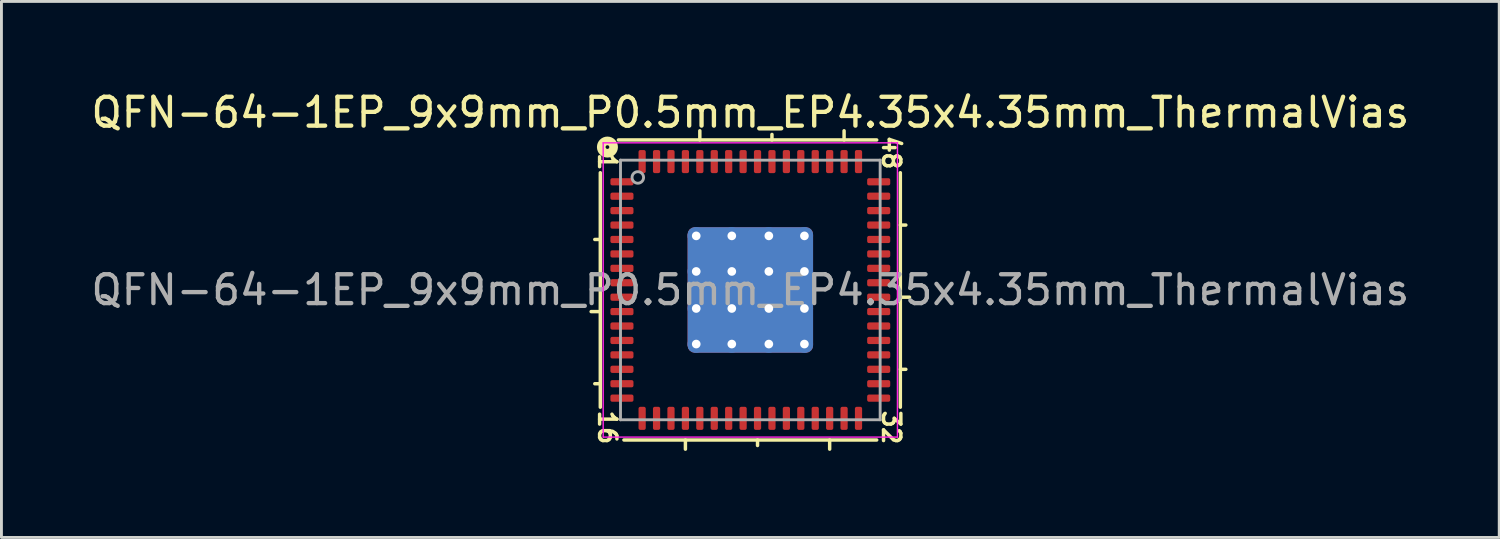
<source format=kicad_pcb>
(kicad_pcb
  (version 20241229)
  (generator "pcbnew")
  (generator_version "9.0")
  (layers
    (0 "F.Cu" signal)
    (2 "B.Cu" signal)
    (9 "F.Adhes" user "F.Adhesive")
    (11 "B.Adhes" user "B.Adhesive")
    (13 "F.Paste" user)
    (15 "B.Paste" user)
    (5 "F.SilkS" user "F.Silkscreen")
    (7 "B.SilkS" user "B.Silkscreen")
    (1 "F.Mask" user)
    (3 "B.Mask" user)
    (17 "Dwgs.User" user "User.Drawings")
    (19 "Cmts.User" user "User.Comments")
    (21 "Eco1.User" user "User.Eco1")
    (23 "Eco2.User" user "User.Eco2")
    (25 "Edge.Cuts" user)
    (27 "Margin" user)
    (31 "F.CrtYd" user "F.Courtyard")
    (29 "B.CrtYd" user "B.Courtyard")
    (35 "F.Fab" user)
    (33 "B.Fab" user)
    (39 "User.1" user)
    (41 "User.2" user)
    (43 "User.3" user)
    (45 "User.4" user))
  (footprint "QFN-64-1EP_9x9mm_P0.5mm_EP4.35x4.35mm_ThermalVias"
    (layer "F.Cu")
    (at 22.958 7.001)
    (property "Reference" "QFN-64-1EP_9x9mm_P0.5mm_EP4.35x4.35mm_ThermalVias" (at 0 -6.152 0) (layer "F.SilkS") (effects (font (size 1 1) (thickness 0.15))))
    (attr smd)
    (fp_line (start -5.2 -4.064) (end -5.2 4.064) (stroke (width 0.12) (type solid)) (layer "F.SilkS"))
    (fp_line (start -5.2 -1.75) (end -5.391 -1.75) (stroke (width 0.12) (type solid)) (layer "F.SilkS"))
    (fp_line (start -5.2 0.75) (end -5.518 0.75) (stroke (width 0.12) (type solid)) (layer "F.SilkS"))
    (fp_line (start -5.2 3.25) (end -5.391 3.25) (stroke (width 0.12) (type solid)) (layer "F.SilkS"))
    (fp_line (start -4.381 5.2) (end 4.381 5.2) (stroke (width 0.12) (type solid)) (layer "F.SilkS"))
    (fp_line (start -2.25 5.2) (end -2.25 5.518) (stroke (width 0.12) (type solid)) (layer "F.SilkS"))
    (fp_line (start -1.75 -5.2) (end -1.75 -5.518) (stroke (width 0.12) (type solid)) (layer "F.SilkS"))
    (fp_line (start 0.25 5.2) (end 0.25 5.391) (stroke (width 0.12) (type solid)) (layer "F.SilkS"))
    (fp_line (start 0.75 -5.2) (end 0.75 -5.391) (stroke (width 0.12) (type solid)) (layer "F.SilkS"))
    (fp_line (start 2.75 5.2) (end 2.75 5.518) (stroke (width 0.12) (type solid)) (layer "F.SilkS"))
    (fp_line (start 3.25 -5.2) (end 3.25 -5.518) (stroke (width 0.12) (type solid)) (layer "F.SilkS"))
    (fp_line (start 4.381 -5.2) (end -4.572 -5.2) (stroke (width 0.12) (type solid)) (layer "F.SilkS"))
    (fp_line (start 5.2 -2.25) (end 5.391 -2.25) (stroke (width 0.12) (type solid)) (layer "F.SilkS"))
    (fp_line (start 5.2 0.25) (end 5.518 0.25) (stroke (width 0.12) (type solid)) (layer "F.SilkS"))
    (fp_line (start 5.2 2.75) (end 5.391 2.75) (stroke (width 0.12) (type solid)) (layer "F.SilkS"))
    (fp_line (start 5.2 4.064) (end 5.2 -4.064) (stroke (width 0.12) (type solid)) (layer "F.SilkS"))
    (fp_circle (center -4.953 -4.953) (end -4.889 -4.953) (stroke (width 0.3) (type solid)) (fill no) (layer "F.SilkS"))
    (fp_line (start -5.1 -5.1) (end -5.1 5.1) (stroke (width 0.05) (type solid)) (layer "F.CrtYd"))
    (fp_line (start -5.1 5.1) (end 5.1 5.1) (stroke (width 0.05) (type solid)) (layer "F.CrtYd"))
    (fp_line (start 5.1 -5.1) (end -5.1 -5.1) (stroke (width 0.05) (type solid)) (layer "F.CrtYd"))
    (fp_line (start 5.1 5.1) (end 5.1 -5.1) (stroke (width 0.05) (type solid)) (layer "F.CrtYd"))
    (fp_line (start -4.5 -4.5) (end 4.5 -4.5) (stroke (width 0.1) (type solid)) (layer "F.Fab"))
    (fp_line (start -4.5 4.5) (end -4.5 -4.5) (stroke (width 0.1) (type solid)) (layer "F.Fab"))
    (fp_line (start 4.5 -4.5) (end 4.5 4.5) (stroke (width 0.1) (type solid)) (layer "F.Fab"))
    (fp_line (start 4.5 4.5) (end -4.5 4.5) (stroke (width 0.1) (type solid)) (layer "F.Fab"))
    (fp_circle (center -3.9 -3.9) (end -3.7 -3.9) (stroke (width 0.1) (type solid)) (fill no) (layer "F.Fab"))
    (fp_text user "16" (at -4.953 4.763 270) (unlocked yes) (layer "F.SilkS") (effects (font (size 0.6 0.6) (thickness 0.12))))
    (fp_text user "1" (at -4.953 -4.445 270) (unlocked yes) (layer "F.SilkS") (effects (font (size 0.6 0.6) (thickness 0.12))))
    (fp_text user "32" (at 4.889 4.763 270) (unlocked yes) (layer "F.SilkS") (effects (font (size 0.6 0.6) (thickness 0.12))))
    (fp_text user "48" (at 4.889 -4.763 270) (unlocked yes) (layer "F.SilkS") (effects (font (size 0.6 0.6) (thickness 0.12))))
    (fp_text user "${REFERENCE}" (at 0 0 0) (layer "F.Fab") (effects (font (size 1 1) (thickness 0.15))))
    (pad "" smd roundrect (at -1.283 -1.283) (size 1.123 1.123) (layers "F.Paste") (roundrect_rratio 0.223))
    (pad "" smd roundrect (at -1.283 0) (size 1.123 1.123) (layers "F.Paste") (roundrect_rratio 0.223))
    (pad "" smd roundrect (at -1.283 1.283) (size 1.123 1.123) (layers "F.Paste") (roundrect_rratio 0.223))
    (pad "" smd roundrect (at 0 -1.283) (size 1.123 1.123) (layers "F.Paste") (roundrect_rratio 0.223))
    (pad "" smd roundrect (at 0 0) (size 1.123 1.123) (layers "F.Paste") (roundrect_rratio 0.223))
    (pad "" smd roundrect (at 0 1.283) (size 1.123 1.123) (layers "F.Paste") (roundrect_rratio 0.223))
    (pad "" smd roundrect (at 1.283 -1.283) (size 1.123 1.123) (layers "F.Paste") (roundrect_rratio 0.223))
    (pad "" smd roundrect (at 1.283 0) (size 1.123 1.123) (layers "F.Paste") (roundrect_rratio 0.223))
    (pad "" smd roundrect (at 1.283 1.283) (size 1.123 1.123) (layers "F.Paste") (roundrect_rratio 0.223))
    (pad "1" smd roundrect (at -4.45 -3.75) (size 0.8 0.25) (layers "F.Cu" "F.Mask" "F.Paste") (roundrect_rratio 0.25))
    (pad "2" smd roundrect (at -4.45 -3.25) (size 0.8 0.25) (layers "F.Cu" "F.Mask" "F.Paste") (roundrect_rratio 0.25))
    (pad "3" smd roundrect (at -4.45 -2.75) (size 0.8 0.25) (layers "F.Cu" "F.Mask" "F.Paste") (roundrect_rratio 0.25))
    (pad "4" smd roundrect (at -4.45 -2.25) (size 0.8 0.25) (layers "F.Cu" "F.Mask" "F.Paste") (roundrect_rratio 0.25))
    (pad "5" smd roundrect (at -4.45 -1.75) (size 0.8 0.25) (layers "F.Cu" "F.Mask" "F.Paste") (roundrect_rratio 0.25))
    (pad "6" smd roundrect (at -4.45 -1.25) (size 0.8 0.25) (layers "F.Cu" "F.Mask" "F.Paste") (roundrect_rratio 0.25))
    (pad "7" smd roundrect (at -4.45 -0.75) (size 0.8 0.25) (layers "F.Cu" "F.Mask" "F.Paste") (roundrect_rratio 0.25))
    (pad "8" smd roundrect (at -4.45 -0.25) (size 0.8 0.25) (layers "F.Cu" "F.Mask" "F.Paste") (roundrect_rratio 0.25))
    (pad "9" smd roundrect (at -4.45 0.25) (size 0.8 0.25) (layers "F.Cu" "F.Mask" "F.Paste") (roundrect_rratio 0.25))
    (pad "10" smd roundrect (at -4.45 0.75) (size 0.8 0.25) (layers "F.Cu" "F.Mask" "F.Paste") (roundrect_rratio 0.25))
    (pad "11" smd roundrect (at -4.45 1.25) (size 0.8 0.25) (layers "F.Cu" "F.Mask" "F.Paste") (roundrect_rratio 0.25))
    (pad "12" smd roundrect (at -4.45 1.75) (size 0.8 0.25) (layers "F.Cu" "F.Mask" "F.Paste") (roundrect_rratio 0.25))
    (pad "13" smd roundrect (at -4.45 2.25) (size 0.8 0.25) (layers "F.Cu" "F.Mask" "F.Paste") (roundrect_rratio 0.25))
    (pad "14" smd roundrect (at -4.45 2.75) (size 0.8 0.25) (layers "F.Cu" "F.Mask" "F.Paste") (roundrect_rratio 0.25))
    (pad "15" smd roundrect (at -4.45 3.25) (size 0.8 0.25) (layers "F.Cu" "F.Mask" "F.Paste") (roundrect_rratio 0.25))
    (pad "16" smd roundrect (at -4.45 3.75) (size 0.8 0.25) (layers "F.Cu" "F.Mask" "F.Paste") (roundrect_rratio 0.25))
    (pad "17" smd roundrect (at -3.75 4.45) (size 0.25 0.8) (layers "F.Cu" "F.Mask" "F.Paste") (roundrect_rratio 0.25))
    (pad "18" smd roundrect (at -3.25 4.45) (size 0.25 0.8) (layers "F.Cu" "F.Mask" "F.Paste") (roundrect_rratio 0.25))
    (pad "19" smd roundrect (at -2.75 4.45) (size 0.25 0.8) (layers "F.Cu" "F.Mask" "F.Paste") (roundrect_rratio 0.25))
    (pad "20" smd roundrect (at -2.25 4.45) (size 0.25 0.8) (layers "F.Cu" "F.Mask" "F.Paste") (roundrect_rratio 0.25))
    (pad "21" smd roundrect (at -1.75 4.45) (size 0.25 0.8) (layers "F.Cu" "F.Mask" "F.Paste") (roundrect_rratio 0.25))
    (pad "22" smd roundrect (at -1.25 4.45) (size 0.25 0.8) (layers "F.Cu" "F.Mask" "F.Paste") (roundrect_rratio 0.25))
    (pad "23" smd roundrect (at -0.75 4.45) (size 0.25 0.8) (layers "F.Cu" "F.Mask" "F.Paste") (roundrect_rratio 0.25))
    (pad "24" smd roundrect (at -0.25 4.45) (size 0.25 0.8) (layers "F.Cu" "F.Mask" "F.Paste") (roundrect_rratio 0.25))
    (pad "25" smd roundrect (at 0.25 4.45) (size 0.25 0.8) (layers "F.Cu" "F.Mask" "F.Paste") (roundrect_rratio 0.25))
    (pad "26" smd roundrect (at 0.75 4.45) (size 0.25 0.8) (layers "F.Cu" "F.Mask" "F.Paste") (roundrect_rratio 0.25))
    (pad "27" smd roundrect (at 1.25 4.45) (size 0.25 0.8) (layers "F.Cu" "F.Mask" "F.Paste") (roundrect_rratio 0.25))
    (pad "28" smd roundrect (at 1.75 4.45) (size 0.25 0.8) (layers "F.Cu" "F.Mask" "F.Paste") (roundrect_rratio 0.25))
    (pad "29" smd roundrect (at 2.25 4.45) (size 0.25 0.8) (layers "F.Cu" "F.Mask" "F.Paste") (roundrect_rratio 0.25))
    (pad "30" smd roundrect (at 2.75 4.45) (size 0.25 0.8) (layers "F.Cu" "F.Mask" "F.Paste") (roundrect_rratio 0.25))
    (pad "31" smd roundrect (at 3.25 4.45) (size 0.25 0.8) (layers "F.Cu" "F.Mask" "F.Paste") (roundrect_rratio 0.25))
    (pad "32" smd roundrect (at 3.75 4.45) (size 0.25 0.8) (layers "F.Cu" "F.Mask" "F.Paste") (roundrect_rratio 0.25))
    (pad "33" smd roundrect (at 4.45 3.75) (size 0.8 0.25) (layers "F.Cu" "F.Mask" "F.Paste") (roundrect_rratio 0.25))
    (pad "34" smd roundrect (at 4.45 3.25) (size 0.8 0.25) (layers "F.Cu" "F.Mask" "F.Paste") (roundrect_rratio 0.25))
    (pad "35" smd roundrect (at 4.45 2.75) (size 0.8 0.25) (layers "F.Cu" "F.Mask" "F.Paste") (roundrect_rratio 0.25))
    (pad "36" smd roundrect (at 4.45 2.25) (size 0.8 0.25) (layers "F.Cu" "F.Mask" "F.Paste") (roundrect_rratio 0.25))
    (pad "37" smd roundrect (at 4.45 1.75) (size 0.8 0.25) (layers "F.Cu" "F.Mask" "F.Paste") (roundrect_rratio 0.25))
    (pad "38" smd roundrect (at 4.45 1.25) (size 0.8 0.25) (layers "F.Cu" "F.Mask" "F.Paste") (roundrect_rratio 0.25))
    (pad "39" smd roundrect (at 4.45 0.75) (size 0.8 0.25) (layers "F.Cu" "F.Mask" "F.Paste") (roundrect_rratio 0.25))
    (pad "40" smd roundrect (at 4.45 0.25) (size 0.8 0.25) (layers "F.Cu" "F.Mask" "F.Paste") (roundrect_rratio 0.25))
    (pad "41" smd roundrect (at 4.45 -0.25) (size 0.8 0.25) (layers "F.Cu" "F.Mask" "F.Paste") (roundrect_rratio 0.25))
    (pad "42" smd roundrect (at 4.45 -0.75) (size 0.8 0.25) (layers "F.Cu" "F.Mask" "F.Paste") (roundrect_rratio 0.25))
    (pad "43" smd roundrect (at 4.45 -1.25) (size 0.8 0.25) (layers "F.Cu" "F.Mask" "F.Paste") (roundrect_rratio 0.25))
    (pad "44" smd roundrect (at 4.45 -1.75) (size 0.8 0.25) (layers "F.Cu" "F.Mask" "F.Paste") (roundrect_rratio 0.25))
    (pad "45" smd roundrect (at 4.45 -2.25) (size 0.8 0.25) (layers "F.Cu" "F.Mask" "F.Paste") (roundrect_rratio 0.25))
    (pad "46" smd roundrect (at 4.45 -2.75) (size 0.8 0.25) (layers "F.Cu" "F.Mask" "F.Paste") (roundrect_rratio 0.25))
    (pad "47" smd roundrect (at 4.45 -3.25) (size 0.8 0.25) (layers "F.Cu" "F.Mask" "F.Paste") (roundrect_rratio 0.25))
    (pad "48" smd roundrect (at 4.45 -3.75) (size 0.8 0.25) (layers "F.Cu" "F.Mask" "F.Paste") (roundrect_rratio 0.25))
    (pad "49" smd roundrect (at 3.75 -4.45) (size 0.25 0.8) (layers "F.Cu" "F.Mask" "F.Paste") (roundrect_rratio 0.25))
    (pad "50" smd roundrect (at 3.25 -4.45) (size 0.25 0.8) (layers "F.Cu" "F.Mask" "F.Paste") (roundrect_rratio 0.25))
    (pad "51" smd roundrect (at 2.75 -4.45) (size 0.25 0.8) (layers "F.Cu" "F.Mask" "F.Paste") (roundrect_rratio 0.25))
    (pad "52" smd roundrect (at 2.25 -4.45) (size 0.25 0.8) (layers "F.Cu" "F.Mask" "F.Paste") (roundrect_rratio 0.25))
    (pad "53" smd roundrect (at 1.75 -4.45) (size 0.25 0.8) (layers "F.Cu" "F.Mask" "F.Paste") (roundrect_rratio 0.25))
    (pad "54" smd roundrect (at 1.25 -4.45) (size 0.25 0.8) (layers "F.Cu" "F.Mask" "F.Paste") (roundrect_rratio 0.25))
    (pad "55" smd roundrect (at 0.75 -4.45) (size 0.25 0.8) (layers "F.Cu" "F.Mask" "F.Paste") (roundrect_rratio 0.25))
    (pad "56" smd roundrect (at 0.25 -4.45) (size 0.25 0.8) (layers "F.Cu" "F.Mask" "F.Paste") (roundrect_rratio 0.25))
    (pad "57" smd roundrect (at -0.25 -4.45) (size 0.25 0.8) (layers "F.Cu" "F.Mask" "F.Paste") (roundrect_rratio 0.25))
    (pad "58" smd roundrect (at -0.75 -4.45) (size 0.25 0.8) (layers "F.Cu" "F.Mask" "F.Paste") (roundrect_rratio 0.25))
    (pad "59" smd roundrect (at -1.25 -4.45) (size 0.25 0.8) (layers "F.Cu" "F.Mask" "F.Paste") (roundrect_rratio 0.25))
    (pad "60" smd roundrect (at -1.75 -4.45) (size 0.25 0.8) (layers "F.Cu" "F.Mask" "F.Paste") (roundrect_rratio 0.25))
    (pad "61" smd roundrect (at -2.25 -4.45) (size 0.25 0.8) (layers "F.Cu" "F.Mask" "F.Paste") (roundrect_rratio 0.25))
    (pad "62" smd roundrect (at -2.75 -4.45) (size 0.25 0.8) (layers "F.Cu" "F.Mask" "F.Paste") (roundrect_rratio 0.25))
    (pad "63" smd roundrect (at -3.25 -4.45) (size 0.25 0.8) (layers "F.Cu" "F.Mask" "F.Paste") (roundrect_rratio 0.25))
    (pad "64" smd roundrect (at -3.75 -4.45) (size 0.25 0.8) (layers "F.Cu" "F.Mask" "F.Paste") (roundrect_rratio 0.25))
    (pad "65" thru_hole circle (at -1.875 -1.875) (size 0.6 0.6) (drill 0.3) (property pad_prop_heatsink) (layers "*.Cu"))
    (pad "65" thru_hole circle (at -1.875 -0.642) (size 0.6 0.6) (drill 0.3) (property pad_prop_heatsink) (layers "*.Cu"))
    (pad "65" thru_hole circle (at -1.875 0.642) (size 0.6 0.6) (drill 0.3) (property pad_prop_heatsink) (layers "*.Cu"))
    (pad "65" thru_hole circle (at -1.875 1.875) (size 0.6 0.6) (drill 0.3) (property pad_prop_heatsink) (layers "*.Cu"))
    (pad "65" thru_hole circle (at -0.642 -1.875) (size 0.6 0.6) (drill 0.3) (property pad_prop_heatsink) (layers "*.Cu"))
    (pad "65" thru_hole circle (at -0.642 -0.642) (size 0.6 0.6) (drill 0.3) (property pad_prop_heatsink) (layers "*.Cu"))
    (pad "65" thru_hole circle (at -0.642 0.642) (size 0.6 0.6) (drill 0.3) (property pad_prop_heatsink) (layers "*.Cu"))
    (pad "65" thru_hole circle (at -0.642 1.875) (size 0.6 0.6) (drill 0.3) (property pad_prop_heatsink) (layers "*.Cu"))
    (pad "65" smd roundrect (at 0 0) (size 4.35 4.35) (layers "F.Cu" "F.Mask") (roundrect_rratio 0.057))
    (pad "65" smd roundrect (at 0 0) (size 4.35 4.35) (layers "B.Cu" "B.Mask") (roundrect_rratio 0.057))
    (pad "65" thru_hole circle (at 0.642 -1.875) (size 0.6 0.6) (drill 0.3) (property pad_prop_heatsink) (layers "*.Cu"))
    (pad "65" thru_hole circle (at 0.642 -0.642) (size 0.6 0.6) (drill 0.3) (property pad_prop_heatsink) (layers "*.Cu"))
    (pad "65" thru_hole circle (at 0.642 0.642) (size 0.6 0.6) (drill 0.3) (property pad_prop_heatsink) (layers "*.Cu"))
    (pad "65" thru_hole circle (at 0.642 1.875) (size 0.6 0.6) (drill 0.3) (property pad_prop_heatsink) (layers "*.Cu"))
    (pad "65" thru_hole circle (at 1.875 -1.875) (size 0.6 0.6) (drill 0.3) (property pad_prop_heatsink) (layers "*.Cu"))
    (pad "65" thru_hole circle (at 1.875 -0.642) (size 0.6 0.6) (drill 0.3) (property pad_prop_heatsink) (layers "*.Cu"))
    (pad "65" thru_hole circle (at 1.875 0.642) (size 0.6 0.6) (drill 0.3) (property pad_prop_heatsink) (layers "*.Cu"))
    (pad "65" thru_hole circle (at 1.875 1.875) (size 0.6 0.6) (drill 0.3) (property pad_prop_heatsink) (layers "*.Cu")))
  (gr_rect
    (start -3 -3)
    (end 48.917 15.578)
    (stroke (width 0.1) (type default))
    (fill no)
    (layer "Edge.Cuts")))
</source>
